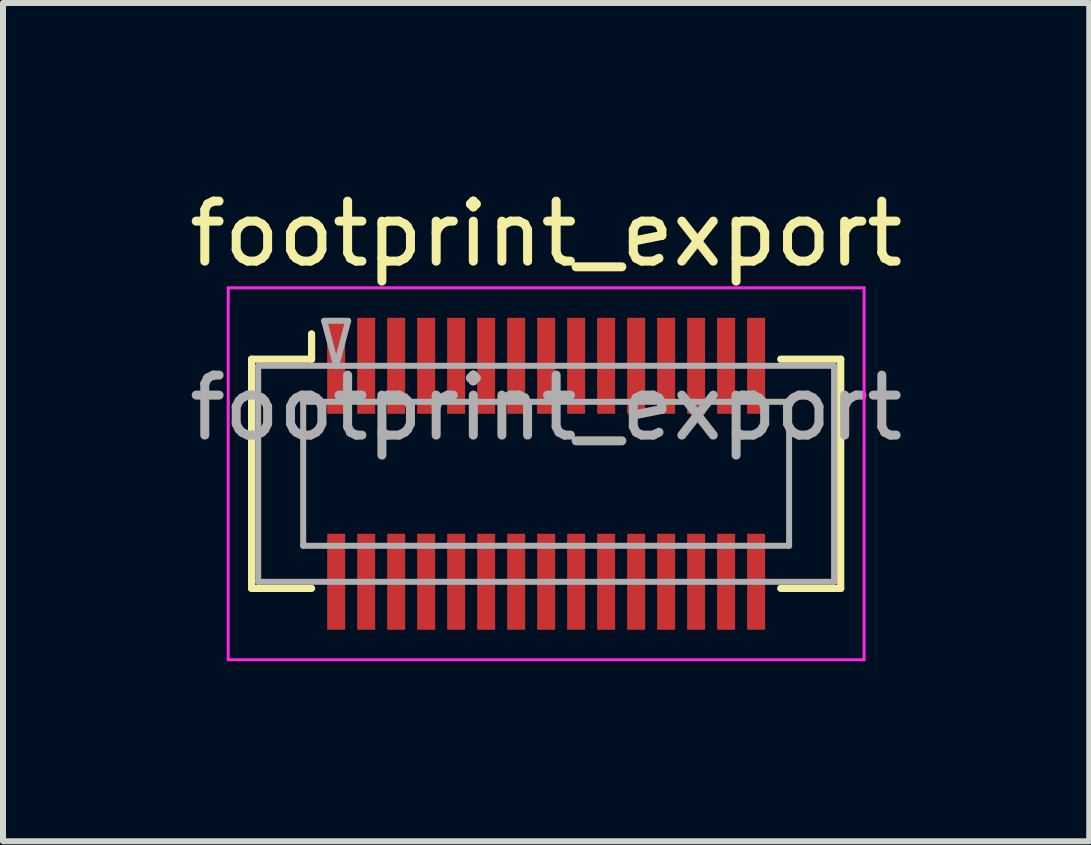
<source format=kicad_pcb>
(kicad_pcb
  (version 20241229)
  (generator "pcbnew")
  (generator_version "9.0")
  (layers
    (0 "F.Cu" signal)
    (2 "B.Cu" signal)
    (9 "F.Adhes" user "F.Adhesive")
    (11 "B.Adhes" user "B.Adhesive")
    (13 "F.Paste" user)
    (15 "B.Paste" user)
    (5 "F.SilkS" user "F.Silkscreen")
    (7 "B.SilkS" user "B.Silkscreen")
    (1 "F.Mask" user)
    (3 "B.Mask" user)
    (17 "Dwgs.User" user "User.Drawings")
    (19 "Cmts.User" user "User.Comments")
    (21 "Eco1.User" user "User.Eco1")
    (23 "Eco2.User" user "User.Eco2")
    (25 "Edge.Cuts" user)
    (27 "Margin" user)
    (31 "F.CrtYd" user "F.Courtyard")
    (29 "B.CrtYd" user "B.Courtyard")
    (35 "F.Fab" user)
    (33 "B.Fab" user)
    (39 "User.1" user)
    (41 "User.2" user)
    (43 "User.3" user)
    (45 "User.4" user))
  (footprint "footprint_export"
    (layer "F.Cu")
    (at 6.054 4.848)
    (property "Reference" "footprint_export" (at 0 -4 0) (layer "F.SilkS") (effects (font (size 1 1) (thickness 0.15))))
    (attr smd)
    (fp_line (start -4.91 -1.91) (end -3.91 -1.91) (stroke (width 0.12) (type solid)) (layer "F.SilkS"))
    (fp_line (start -4.91 1.91) (end -4.91 -1.91) (stroke (width 0.12) (type solid)) (layer "F.SilkS"))
    (fp_line (start -3.91 -1.91) (end -3.91 -2.333) (stroke (width 0.12) (type solid)) (layer "F.SilkS"))
    (fp_line (start -3.91 1.91) (end -4.91 1.91) (stroke (width 0.12) (type solid)) (layer "F.SilkS"))
    (fp_line (start 3.91 1.91) (end 4.91 1.91) (stroke (width 0.12) (type solid)) (layer "F.SilkS"))
    (fp_line (start 4.91 -1.91) (end 3.91 -1.91) (stroke (width 0.12) (type solid)) (layer "F.SilkS"))
    (fp_line (start 4.91 1.91) (end 4.91 -1.91) (stroke (width 0.12) (type solid)) (layer "F.SilkS"))
    (fp_line (start -5.3 -3.1) (end -5.3 3.1) (stroke (width 0.05) (type solid)) (layer "F.CrtYd"))
    (fp_line (start -5.3 3.1) (end 5.3 3.1) (stroke (width 0.05) (type solid)) (layer "F.CrtYd"))
    (fp_line (start 5.3 -3.1) (end -5.3 -3.1) (stroke (width 0.05) (type solid)) (layer "F.CrtYd"))
    (fp_line (start 5.3 3.1) (end 5.3 -3.1) (stroke (width 0.05) (type solid)) (layer "F.CrtYd"))
    (fp_line (start -4.8 -1.8) (end 4.8 -1.8) (stroke (width 0.1) (type solid)) (layer "F.Fab"))
    (fp_line (start -4.8 1.8) (end -4.8 -1.8) (stroke (width 0.1) (type solid)) (layer "F.Fab"))
    (fp_line (start -4.05 -1.2) (end 4.05 -1.2) (stroke (width 0.1) (type solid)) (layer "F.Fab"))
    (fp_line (start -4.05 1.2) (end -4.05 -1.2) (stroke (width 0.1) (type solid)) (layer "F.Fab"))
    (fp_line (start -3.7 -2.55) (end -3.5 -1.8) (stroke (width 0.1) (type solid)) (layer "F.Fab"))
    (fp_line (start -3.5 -1.8) (end -3.3 -2.55) (stroke (width 0.1) (type solid)) (layer "F.Fab"))
    (fp_line (start -3.3 -2.55) (end -3.7 -2.55) (stroke (width 0.1) (type solid)) (layer "F.Fab"))
    (fp_line (start 4.05 -1.2) (end 4.05 1.2) (stroke (width 0.1) (type solid)) (layer "F.Fab"))
    (fp_line (start 4.05 1.2) (end -4.05 1.2) (stroke (width 0.1) (type solid)) (layer "F.Fab"))
    (fp_line (start 4.8 -1.8) (end 4.8 1.8) (stroke (width 0.1) (type solid)) (layer "F.Fab"))
    (fp_line (start 4.8 1.8) (end -4.8 1.8) (stroke (width 0.1) (type solid)) (layer "F.Fab"))
    (fp_text user "${REFERENCE}" (at 0 -1.1 0) (layer "F.Fab") (effects (font (size 1 1) (thickness 0.15))))
    (pad "" smd rect (at -3.5 -2) (size 0.28 1.2) (layers "F.Paste"))
    (pad "" smd rect (at -3.5 2) (size 0.28 1.2) (layers "F.Paste"))
    (pad "" smd rect (at -3 -2) (size 0.28 1.2) (layers "F.Paste"))
    (pad "" smd rect (at -3 2) (size 0.28 1.2) (layers "F.Paste"))
    (pad "" smd rect (at -2.5 -2) (size 0.28 1.2) (layers "F.Paste"))
    (pad "" smd rect (at -2.5 2) (size 0.28 1.2) (layers "F.Paste"))
    (pad "" smd rect (at -2 -2) (size 0.28 1.2) (layers "F.Paste"))
    (pad "" smd rect (at -2 2) (size 0.28 1.2) (layers "F.Paste"))
    (pad "" smd rect (at -1.5 -2) (size 0.28 1.2) (layers "F.Paste"))
    (pad "" smd rect (at -1.5 2) (size 0.28 1.2) (layers "F.Paste"))
    (pad "" smd rect (at -1 -2) (size 0.28 1.2) (layers "F.Paste"))
    (pad "" smd rect (at -1 2) (size 0.28 1.2) (layers "F.Paste"))
    (pad "" smd rect (at -0.5 -2) (size 0.28 1.2) (layers "F.Paste"))
    (pad "" smd rect (at -0.5 2) (size 0.28 1.2) (layers "F.Paste"))
    (pad "" smd rect (at 0 -2) (size 0.28 1.2) (layers "F.Paste"))
    (pad "" smd rect (at 0 2) (size 0.28 1.2) (layers "F.Paste"))
    (pad "" smd rect (at 0.5 -2) (size 0.28 1.2) (layers "F.Paste"))
    (pad "" smd rect (at 0.5 2) (size 0.28 1.2) (layers "F.Paste"))
    (pad "" smd rect (at 1 -2) (size 0.28 1.2) (layers "F.Paste"))
    (pad "" smd rect (at 1 2) (size 0.28 1.2) (layers "F.Paste"))
    (pad "" smd rect (at 1.5 -2) (size 0.28 1.2) (layers "F.Paste"))
    (pad "" smd rect (at 1.5 2) (size 0.28 1.2) (layers "F.Paste"))
    (pad "" smd rect (at 2 -2) (size 0.28 1.2) (layers "F.Paste"))
    (pad "" smd rect (at 2 2) (size 0.28 1.2) (layers "F.Paste"))
    (pad "" smd rect (at 2.5 -2) (size 0.28 1.2) (layers "F.Paste"))
    (pad "" smd rect (at 2.5 2) (size 0.28 1.2) (layers "F.Paste"))
    (pad "" smd rect (at 3 -2) (size 0.28 1.2) (layers "F.Paste"))
    (pad "" smd rect (at 3 2) (size 0.28 1.2) (layers "F.Paste"))
    (pad "" smd rect (at 3.5 -2) (size 0.28 1.2) (layers "F.Paste"))
    (pad "" smd rect (at 3.5 2) (size 0.28 1.2) (layers "F.Paste"))
    (pad "1" smd rect (at -3.5 -1.8) (size 0.3 1.6) (layers "F.Cu" "F.Mask"))
    (pad "2" smd rect (at -3 -1.8) (size 0.3 1.6) (layers "F.Cu" "F.Mask"))
    (pad "3" smd rect (at -2.5 -1.8) (size 0.3 1.6) (layers "F.Cu" "F.Mask"))
    (pad "4" smd rect (at -2 -1.8) (size 0.3 1.6) (layers "F.Cu" "F.Mask"))
    (pad "5" smd rect (at -1.5 -1.8) (size 0.3 1.6) (layers "F.Cu" "F.Mask"))
    (pad "6" smd rect (at -1 -1.8) (size 0.3 1.6) (layers "F.Cu" "F.Mask"))
    (pad "7" smd rect (at -0.5 -1.8) (size 0.3 1.6) (layers "F.Cu" "F.Mask"))
    (pad "8" smd rect (at 0 -1.8) (size 0.3 1.6) (layers "F.Cu" "F.Mask"))
    (pad "9" smd rect (at 0.5 -1.8) (size 0.3 1.6) (layers "F.Cu" "F.Mask"))
    (pad "10" smd rect (at 1 -1.8) (size 0.3 1.6) (layers "F.Cu" "F.Mask"))
    (pad "11" smd rect (at 1.5 -1.8) (size 0.3 1.6) (layers "F.Cu" "F.Mask"))
    (pad "12" smd rect (at 2 -1.8) (size 0.3 1.6) (layers "F.Cu" "F.Mask"))
    (pad "13" smd rect (at 2.5 -1.8) (size 0.3 1.6) (layers "F.Cu" "F.Mask"))
    (pad "14" smd rect (at 3 -1.8) (size 0.3 1.6) (layers "F.Cu" "F.Mask"))
    (pad "15" smd rect (at 3.5 -1.8) (size 0.3 1.6) (layers "F.Cu" "F.Mask"))
    (pad "16" smd rect (at -3.5 1.8) (size 0.3 1.6) (layers "F.Cu" "F.Mask"))
    (pad "17" smd rect (at -3 1.8) (size 0.3 1.6) (layers "F.Cu" "F.Mask"))
    (pad "18" smd rect (at -2.5 1.8) (size 0.3 1.6) (layers "F.Cu" "F.Mask"))
    (pad "19" smd rect (at -2 1.8) (size 0.3 1.6) (layers "F.Cu" "F.Mask"))
    (pad "20" smd rect (at -1.5 1.8) (size 0.3 1.6) (layers "F.Cu" "F.Mask"))
    (pad "21" smd rect (at -1 1.8) (size 0.3 1.6) (layers "F.Cu" "F.Mask"))
    (pad "22" smd rect (at -0.5 1.8) (size 0.3 1.6) (layers "F.Cu" "F.Mask"))
    (pad "23" smd rect (at 0 1.8) (size 0.3 1.6) (layers "F.Cu" "F.Mask"))
    (pad "24" smd rect (at 0.5 1.8) (size 0.3 1.6) (layers "F.Cu" "F.Mask"))
    (pad "25" smd rect (at 1 1.8) (size 0.3 1.6) (layers "F.Cu" "F.Mask"))
    (pad "26" smd rect (at 1.5 1.8) (size 0.3 1.6) (layers "F.Cu" "F.Mask"))
    (pad "27" smd rect (at 2 1.8) (size 0.3 1.6) (layers "F.Cu" "F.Mask"))
    (pad "28" smd rect (at 2.5 1.8) (size 0.3 1.6) (layers "F.Cu" "F.Mask"))
    (pad "29" smd rect (at 3 1.8) (size 0.3 1.6) (layers "F.Cu" "F.Mask"))
    (pad "30" smd rect (at 3.5 1.8) (size 0.3 1.6) (layers "F.Cu" "F.Mask")))
  (gr_rect
    (start -3 -3)
    (end 15.107 10.973)
    (stroke (width 0.1) (type default))
    (fill no)
    (layer "Edge.Cuts")))
</source>
